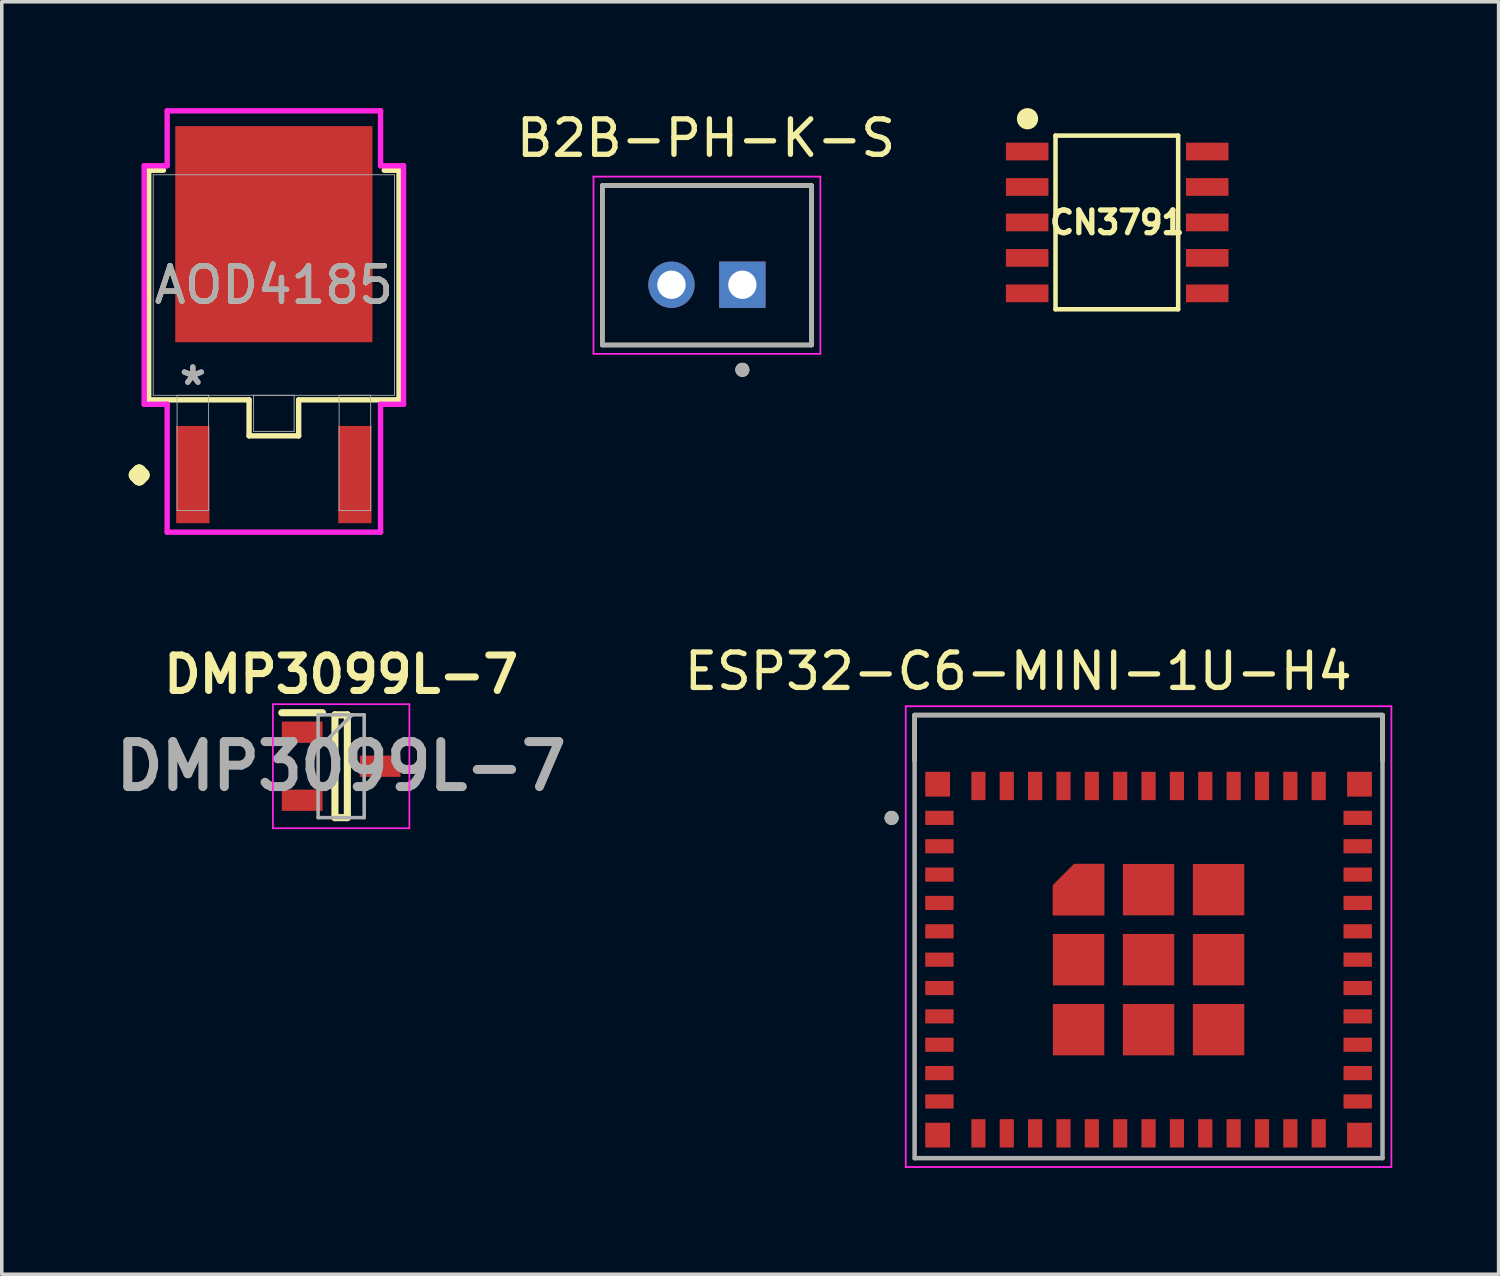
<source format=kicad_pcb>
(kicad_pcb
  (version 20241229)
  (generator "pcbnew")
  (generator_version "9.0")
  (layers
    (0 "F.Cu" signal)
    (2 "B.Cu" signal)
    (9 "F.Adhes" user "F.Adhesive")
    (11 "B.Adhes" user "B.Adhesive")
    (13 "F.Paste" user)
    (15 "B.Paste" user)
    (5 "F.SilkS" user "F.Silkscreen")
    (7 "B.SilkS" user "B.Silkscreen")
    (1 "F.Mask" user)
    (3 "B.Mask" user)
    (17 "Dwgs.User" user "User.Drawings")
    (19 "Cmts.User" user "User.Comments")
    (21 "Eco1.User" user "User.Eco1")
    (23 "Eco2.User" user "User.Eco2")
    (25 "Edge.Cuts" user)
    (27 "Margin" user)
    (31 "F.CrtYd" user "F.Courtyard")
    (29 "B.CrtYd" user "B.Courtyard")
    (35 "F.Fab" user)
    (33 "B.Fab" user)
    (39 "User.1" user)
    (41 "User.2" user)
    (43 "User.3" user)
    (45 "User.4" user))
  (footprint "AOD4185"
    (layer "F.Cu")
    (at 4.676 4.991)
    (property "Reference" "AOD4185" (at 0 0 0) (unlocked yes) (layer "F.SilkS") (effects (font (size 1 1) (thickness 0.15))))
    (attr smd)
    (fp_line (start -3.531 -3.239) (end -3.531 3.239) (stroke (width 0.152) (type solid)) (layer "F.SilkS"))
    (fp_line (start -3.531 3.239) (end -0.699 3.239) (stroke (width 0.152) (type solid)) (layer "F.SilkS"))
    (fp_line (start -3.114 -3.239) (end -3.531 -3.239) (stroke (width 0.152) (type solid)) (layer "F.SilkS"))
    (fp_line (start -0.699 3.239) (end -0.699 4.255) (stroke (width 0.152) (type solid)) (layer "F.SilkS"))
    (fp_line (start -0.699 4.255) (end 0.699 4.255) (stroke (width 0.152) (type solid)) (layer "F.SilkS"))
    (fp_line (start 0.699 3.239) (end 3.531 3.239) (stroke (width 0.152) (type solid)) (layer "F.SilkS"))
    (fp_line (start 0.699 4.255) (end 0.699 3.239) (stroke (width 0.152) (type solid)) (layer "F.SilkS"))
    (fp_line (start 3.531 -3.239) (end 3.114 -3.239) (stroke (width 0.152) (type solid)) (layer "F.SilkS"))
    (fp_line (start 3.531 3.239) (end 3.531 -3.239) (stroke (width 0.152) (type solid)) (layer "F.SilkS"))
    (fp_line (start -3.658 -3.365) (end -3.01 -3.365) (stroke (width 0.152) (type solid)) (layer "F.CrtYd"))
    (fp_line (start -3.658 3.365) (end -3.658 -3.365) (stroke (width 0.152) (type solid)) (layer "F.CrtYd"))
    (fp_line (start -3.01 -4.915) (end 3.01 -4.915) (stroke (width 0.152) (type solid)) (layer "F.CrtYd"))
    (fp_line (start -3.01 -3.365) (end -3.01 -4.915) (stroke (width 0.152) (type solid)) (layer "F.CrtYd"))
    (fp_line (start -3.01 3.365) (end -3.658 3.365) (stroke (width 0.152) (type solid)) (layer "F.CrtYd"))
    (fp_line (start -3.01 6.972) (end -3.01 3.365) (stroke (width 0.152) (type solid)) (layer "F.CrtYd"))
    (fp_line (start 3.01 -4.915) (end 3.01 -3.365) (stroke (width 0.152) (type solid)) (layer "F.CrtYd"))
    (fp_line (start 3.01 -3.365) (end 3.658 -3.365) (stroke (width 0.152) (type solid)) (layer "F.CrtYd"))
    (fp_line (start 3.01 3.365) (end 3.01 6.972) (stroke (width 0.152) (type solid)) (layer "F.CrtYd"))
    (fp_line (start 3.01 6.972) (end -3.01 6.972) (stroke (width 0.152) (type solid)) (layer "F.CrtYd"))
    (fp_line (start 3.658 -3.365) (end 3.658 3.365) (stroke (width 0.152) (type solid)) (layer "F.CrtYd"))
    (fp_line (start 3.658 3.365) (end 3.01 3.365) (stroke (width 0.152) (type solid)) (layer "F.CrtYd"))
    (fp_line (start -3.404 -3.111) (end -3.404 3.111) (stroke (width 0.025) (type solid)) (layer "F.Fab"))
    (fp_line (start -3.404 3.111) (end 3.404 3.111) (stroke (width 0.025) (type solid)) (layer "F.Fab"))
    (fp_line (start -2.731 3.111) (end -2.731 6.363) (stroke (width 0.025) (type solid)) (layer "F.Fab"))
    (fp_line (start -2.731 6.363) (end -1.841 6.363) (stroke (width 0.025) (type solid)) (layer "F.Fab"))
    (fp_line (start -1.841 3.111) (end -2.731 3.111) (stroke (width 0.025) (type solid)) (layer "F.Fab"))
    (fp_line (start -1.841 6.363) (end -1.841 3.111) (stroke (width 0.025) (type solid)) (layer "F.Fab"))
    (fp_line (start -0.572 3.111) (end -0.572 4.128) (stroke (width 0.025) (type solid)) (layer "F.Fab"))
    (fp_line (start -0.572 4.128) (end 0.572 4.128) (stroke (width 0.025) (type solid)) (layer "F.Fab"))
    (fp_line (start 0.572 3.111) (end -0.572 3.111) (stroke (width 0.025) (type solid)) (layer "F.Fab"))
    (fp_line (start 0.572 4.128) (end 0.572 3.111) (stroke (width 0.025) (type solid)) (layer "F.Fab"))
    (fp_line (start 1.841 3.111) (end 1.841 6.363) (stroke (width 0.025) (type solid)) (layer "F.Fab"))
    (fp_line (start 1.841 6.363) (end 2.731 6.363) (stroke (width 0.025) (type solid)) (layer "F.Fab"))
    (fp_line (start 2.731 3.111) (end 1.841 3.111) (stroke (width 0.025) (type solid)) (layer "F.Fab"))
    (fp_line (start 2.731 6.363) (end 2.731 3.111) (stroke (width 0.025) (type solid)) (layer "F.Fab"))
    (fp_line (start 3.404 -3.111) (end -3.404 -3.111) (stroke (width 0.025) (type solid)) (layer "F.Fab"))
    (fp_line (start 3.404 3.111) (end 3.404 -3.111) (stroke (width 0.025) (type solid)) (layer "F.Fab"))
    (fp_text user "." (at -3.8 4.55 0) (layer "F.SilkS") (effects (font (size 2 2) (thickness 0.4) (bold yes))))
    (fp_text user "*" (at -2.286 2.857 0) (layer "F.Fab") (effects (font (size 1 1) (thickness 0.15))))
    (fp_text user "*" (at -2.286 2.857 0) (unlocked yes) (layer "F.Fab") (effects (font (size 1 1) (thickness 0.15))))
    (fp_text user "${REFERENCE}" (at 0 0 0) (unlocked yes) (layer "F.Fab") (effects (font (size 1 1) (thickness 0.15))))
    (pad "1" smd rect (at -2.286 5.347) (size 0.94 2.743) (layers "F.Cu" "F.Mask" "F.Paste"))
    (pad "2" smd rect (at 0 -1.435) (size 5.563 6.096) (layers "F.Cu" "F.Mask" "F.Paste"))
    (pad "3" smd rect (at 2.286 5.347) (size 0.94 2.743) (layers "F.Cu" "F.Mask" "F.Paste")))
  (footprint "CN3791"
    (layer "F.Cu")
    (at 28.467 3.225)
    (property "Reference" "CN3791" (at 0 0 0) (layer "F.SilkS") (effects (font (size 0.64 0.64) (thickness 0.15))))
    (attr smd)
    (fp_line (start -1.74 -2.45) (end 1.72 -2.45) (stroke (width 0.127) (type solid)) (layer "F.SilkS"))
    (fp_line (start -1.74 2.45) (end -1.74 -2.45) (stroke (width 0.127) (type solid)) (layer "F.SilkS"))
    (fp_line (start 1.72 -2.45) (end 1.72 2.45) (stroke (width 0.127) (type solid)) (layer "F.SilkS"))
    (fp_line (start 1.72 2.45) (end -1.74 2.45) (stroke (width 0.127) (type solid)) (layer "F.SilkS"))
    (fp_circle (center -2.53 -2.925) (end -2.23 -2.925) (stroke (width 0) (type solid)) (fill yes) (layer "F.SilkS"))
    (pad "1" smd rect (at -2.54 -2) (size 1.2 0.5) (layers "F.Cu" "F.Mask" "F.Paste"))
    (pad "2" smd rect (at -2.54 -1) (size 1.2 0.5) (layers "F.Cu" "F.Mask" "F.Paste"))
    (pad "3" smd rect (at -2.54 0) (size 1.2 0.5) (layers "F.Cu" "F.Mask" "F.Paste"))
    (pad "4" smd rect (at -2.54 1) (size 1.2 0.5) (layers "F.Cu" "F.Mask" "F.Paste"))
    (pad "5" smd rect (at -2.54 2) (size 1.2 0.5) (layers "F.Cu" "F.Mask" "F.Paste"))
    (pad "6" smd rect (at 2.54 2) (size 1.2 0.5) (layers "F.Cu" "F.Mask" "F.Paste"))
    (pad "7" smd rect (at 2.54 1) (size 1.2 0.5) (layers "F.Cu" "F.Mask" "F.Paste"))
    (pad "8" smd rect (at 2.54 0) (size 1.2 0.5) (layers "F.Cu" "F.Mask" "F.Paste"))
    (pad "9" smd rect (at 2.54 -1) (size 1.2 0.5) (layers "F.Cu" "F.Mask" "F.Paste"))
    (pad "10" smd rect (at 2.54 -2) (size 1.2 0.5) (layers "F.Cu" "F.Mask" "F.Paste")))
  (footprint "DMP3099L-7"
    (layer "F.Cu")
    (at 6.574 18.566)
    (property "Reference" "DMP3099L-7" (at 0 -2.59 0) (layer "F.SilkS") (effects (font (size 1 1) (thickness 0.2) (bold yes))))
    (attr smd)
    (fp_line (start -1.675 -1.51) (end -0.525 -1.51) (stroke (width 0.2) (type solid)) (layer "F.SilkS"))
    (fp_line (start -0.175 -1.45) (end 0.175 -1.45) (stroke (width 0.2) (type solid)) (layer "F.SilkS"))
    (fp_line (start -0.175 1.45) (end -0.175 -1.45) (stroke (width 0.2) (type solid)) (layer "F.SilkS"))
    (fp_line (start 0.175 -1.45) (end 0.175 1.45) (stroke (width 0.2) (type solid)) (layer "F.SilkS"))
    (fp_line (start 0.175 1.45) (end -0.175 1.45) (stroke (width 0.2) (type solid)) (layer "F.SilkS"))
    (fp_line (start -1.925 -1.75) (end 1.925 -1.75) (stroke (width 0.05) (type solid)) (layer "F.CrtYd"))
    (fp_line (start -1.925 1.75) (end -1.925 -1.75) (stroke (width 0.05) (type solid)) (layer "F.CrtYd"))
    (fp_line (start 1.925 -1.75) (end 1.925 1.75) (stroke (width 0.05) (type solid)) (layer "F.CrtYd"))
    (fp_line (start 1.925 1.75) (end -1.925 1.75) (stroke (width 0.05) (type solid)) (layer "F.CrtYd"))
    (fp_line (start -0.65 -1.45) (end 0.65 -1.45) (stroke (width 0.1) (type solid)) (layer "F.Fab"))
    (fp_line (start -0.65 -0.49) (end 0.31 -1.45) (stroke (width 0.1) (type solid)) (layer "F.Fab"))
    (fp_line (start -0.65 1.45) (end -0.65 -1.45) (stroke (width 0.1) (type solid)) (layer "F.Fab"))
    (fp_line (start 0.65 -1.45) (end 0.65 1.45) (stroke (width 0.1) (type solid)) (layer "F.Fab"))
    (fp_line (start 0.65 1.45) (end -0.65 1.45) (stroke (width 0.1) (type solid)) (layer "F.Fab"))
    (fp_text user "${REFERENCE}" (at 0 0 0) (layer "F.Fab") (effects (font (size 1.27 1.27) (thickness 0.254))))
    (pad "1" smd rect (at -1.1 -0.96 90) (size 0.6 1.15) (layers "F.Cu" "F.Mask" "F.Paste"))
    (pad "2" smd rect (at -1.1 0.96 90) (size 0.6 1.15) (layers "F.Cu" "F.Mask" "F.Paste"))
    (pad "3" smd rect (at 1.1 0 90) (size 0.6 1.15) (layers "F.Cu" "F.Mask" "F.Paste")))
  (footprint "ESP32-C6-MINI-1U-H4"
    (layer "F.Cu")
    (at 29.352 24.023)
    (property "Reference" "ESP32-C6-MINI-1U-H4" (at -3.675 -8.135 0) (layer "F.SilkS") (effects (font (size 1 1) (thickness 0.15))))
    (attr smd)
    (fp_poly (pts (xy -2.8 -1.15) (xy -1.15 -1.15) (xy -1.15 -2.8) (xy -2.15 -2.8) (xy -2.8 -2.15)) (stroke (width 0.01) (type solid)) (fill yes) (layer "F.Mask"))
    (fp_line (start -6.6 -6.9) (end 6.6 -6.9) (stroke (width 0.127) (type solid)) (layer "F.SilkS"))
    (fp_line (start -6.6 -5.62) (end -6.6 -6.9) (stroke (width 0.127) (type solid)) (layer "F.SilkS"))
    (fp_line (start 6.6 -6.9) (end 6.6 -5.62) (stroke (width 0.127) (type solid)) (layer "F.SilkS"))
    (fp_circle (center -7.25 -4) (end -7.15 -4) (stroke (width 0.2) (type solid)) (fill no) (layer "F.SilkS"))
    (fp_poly (pts (xy -2.7 -1.25) (xy -1.25 -1.25) (xy -1.25 -2.7) (xy -2.1 -2.7) (xy -2.7 -2.1)) (stroke (width 0.01) (type solid)) (fill yes) (layer "F.Paste"))
    (fp_line (start -6.85 -7.15) (end -6.85 5.85) (stroke (width 0.05) (type solid)) (layer "F.CrtYd"))
    (fp_line (start -6.85 5.85) (end 6.85 5.85) (stroke (width 0.05) (type solid)) (layer "F.CrtYd"))
    (fp_line (start 6.85 -7.15) (end -6.85 -7.15) (stroke (width 0.05) (type solid)) (layer "F.CrtYd"))
    (fp_line (start 6.85 5.85) (end 6.85 -7.15) (stroke (width 0.05) (type solid)) (layer "F.CrtYd"))
    (fp_line (start -6.6 -6.9) (end 6.6 -6.9) (stroke (width 0.127) (type solid)) (layer "F.Fab"))
    (fp_line (start -6.6 5.6) (end -6.6 -6.9) (stroke (width 0.127) (type solid)) (layer "F.Fab"))
    (fp_line (start 6.6 -6.9) (end 6.6 5.6) (stroke (width 0.127) (type solid)) (layer "F.Fab"))
    (fp_line (start 6.6 5.6) (end -6.6 5.6) (stroke (width 0.127) (type solid)) (layer "F.Fab"))
    (fp_circle (center -7.25 -4) (end -7.15 -4) (stroke (width 0.2) (type solid)) (fill no) (layer "F.Fab"))
    (pad "1" smd rect (at -5.9 -4) (size 0.8 0.4) (layers "F.Cu" "F.Mask" "F.Paste"))
    (pad "2" smd rect (at -5.9 -3.2) (size 0.8 0.4) (layers "F.Cu" "F.Mask" "F.Paste"))
    (pad "3" smd rect (at -5.9 -2.4) (size 0.8 0.4) (layers "F.Cu" "F.Mask" "F.Paste"))
    (pad "4" smd rect (at -5.9 -1.6) (size 0.8 0.4) (layers "F.Cu" "F.Mask" "F.Paste"))
    (pad "5" smd rect (at -5.9 -0.8) (size 0.8 0.4) (layers "F.Cu" "F.Mask" "F.Paste"))
    (pad "6" smd rect (at -5.9 0) (size 0.8 0.4) (layers "F.Cu" "F.Mask" "F.Paste"))
    (pad "7" smd rect (at -5.9 0.8) (size 0.8 0.4) (layers "F.Cu" "F.Mask" "F.Paste"))
    (pad "8" smd rect (at -5.9 1.6) (size 0.8 0.4) (layers "F.Cu" "F.Mask" "F.Paste"))
    (pad "9" smd rect (at -5.9 2.4) (size 0.8 0.4) (layers "F.Cu" "F.Mask" "F.Paste"))
    (pad "10" smd rect (at -5.9 3.2) (size 0.8 0.4) (layers "F.Cu" "F.Mask" "F.Paste"))
    (pad "11" smd rect (at -5.9 4) (size 0.8 0.4) (layers "F.Cu" "F.Mask" "F.Paste"))
    (pad "12" smd rect (at -4.8 4.9) (size 0.4 0.8) (layers "F.Cu" "F.Mask" "F.Paste"))
    (pad "13" smd rect (at -4 4.9) (size 0.4 0.8) (layers "F.Cu" "F.Mask" "F.Paste"))
    (pad "14" smd rect (at -3.2 4.9) (size 0.4 0.8) (layers "F.Cu" "F.Mask" "F.Paste"))
    (pad "15" smd rect (at -2.4 4.9) (size 0.4 0.8) (layers "F.Cu" "F.Mask" "F.Paste"))
    (pad "16" smd rect (at -1.6 4.9) (size 0.4 0.8) (layers "F.Cu" "F.Mask" "F.Paste"))
    (pad "17" smd rect (at -0.8 4.9) (size 0.4 0.8) (layers "F.Cu" "F.Mask" "F.Paste"))
    (pad "18" smd rect (at 0 4.9) (size 0.4 0.8) (layers "F.Cu" "F.Mask" "F.Paste"))
    (pad "19" smd rect (at 0.8 4.9) (size 0.4 0.8) (layers "F.Cu" "F.Mask" "F.Paste"))
    (pad "20" smd rect (at 1.6 4.9) (size 0.4 0.8) (layers "F.Cu" "F.Mask" "F.Paste"))
    (pad "21" smd rect (at 2.4 4.9) (size 0.4 0.8) (layers "F.Cu" "F.Mask" "F.Paste"))
    (pad "22" smd rect (at 3.2 4.9) (size 0.4 0.8) (layers "F.Cu" "F.Mask" "F.Paste"))
    (pad "23" smd rect (at 4 4.9) (size 0.4 0.8) (layers "F.Cu" "F.Mask" "F.Paste"))
    (pad "24" smd rect (at 4.8 4.9) (size 0.4 0.8) (layers "F.Cu" "F.Mask" "F.Paste"))
    (pad "25" smd rect (at 5.9 4) (size 0.8 0.4) (layers "F.Cu" "F.Mask" "F.Paste"))
    (pad "26" smd rect (at 5.9 3.2) (size 0.8 0.4) (layers "F.Cu" "F.Mask" "F.Paste"))
    (pad "27" smd rect (at 5.9 2.4) (size 0.8 0.4) (layers "F.Cu" "F.Mask" "F.Paste"))
    (pad "28" smd rect (at 5.9 1.6) (size 0.8 0.4) (layers "F.Cu" "F.Mask" "F.Paste"))
    (pad "29" smd rect (at 5.9 0.8) (size 0.8 0.4) (layers "F.Cu" "F.Mask" "F.Paste"))
    (pad "30" smd rect (at 5.9 0) (size 0.8 0.4) (layers "F.Cu" "F.Mask" "F.Paste"))
    (pad "31" smd rect (at 5.9 -0.8) (size 0.8 0.4) (layers "F.Cu" "F.Mask" "F.Paste"))
    (pad "32" smd rect (at 5.9 -1.6) (size 0.8 0.4) (layers "F.Cu" "F.Mask" "F.Paste"))
    (pad "33" smd rect (at 5.9 -2.4) (size 0.8 0.4) (layers "F.Cu" "F.Mask" "F.Paste"))
    (pad "34" smd rect (at 5.9 -3.2) (size 0.8 0.4) (layers "F.Cu" "F.Mask" "F.Paste"))
    (pad "35" smd rect (at 5.9 -4) (size 0.8 0.4) (layers "F.Cu" "F.Mask" "F.Paste"))
    (pad "36" smd rect (at 4.8 -4.9) (size 0.4 0.8) (layers "F.Cu" "F.Mask" "F.Paste"))
    (pad "37" smd rect (at 4 -4.9) (size 0.4 0.8) (layers "F.Cu" "F.Mask" "F.Paste"))
    (pad "38" smd rect (at 3.2 -4.9) (size 0.4 0.8) (layers "F.Cu" "F.Mask" "F.Paste"))
    (pad "39" smd rect (at 2.4 -4.9) (size 0.4 0.8) (layers "F.Cu" "F.Mask" "F.Paste"))
    (pad "40" smd rect (at 1.6 -4.9) (size 0.4 0.8) (layers "F.Cu" "F.Mask" "F.Paste"))
    (pad "41" smd rect (at 0.8 -4.9) (size 0.4 0.8) (layers "F.Cu" "F.Mask" "F.Paste"))
    (pad "42" smd rect (at 0 -4.9) (size 0.4 0.8) (layers "F.Cu" "F.Mask" "F.Paste"))
    (pad "43" smd rect (at -0.8 -4.9) (size 0.4 0.8) (layers "F.Cu" "F.Mask" "F.Paste"))
    (pad "44" smd rect (at -1.6 -4.9) (size 0.4 0.8) (layers "F.Cu" "F.Mask" "F.Paste"))
    (pad "45" smd rect (at -2.4 -4.9) (size 0.4 0.8) (layers "F.Cu" "F.Mask" "F.Paste"))
    (pad "46" smd rect (at -3.2 -4.9) (size 0.4 0.8) (layers "F.Cu" "F.Mask" "F.Paste"))
    (pad "47" smd rect (at -4 -4.9) (size 0.4 0.8) (layers "F.Cu" "F.Mask" "F.Paste"))
    (pad "48" smd rect (at -4.8 -4.9) (size 0.4 0.8) (layers "F.Cu" "F.Mask" "F.Paste"))
    (pad "49_1" smd custom (at -1.975 -1.975) (size 0.4 0.4) (layers "F.Cu") (options (anchor rect)) (primitives (gr_poly (pts (xy -0.725 0.725) (xy 0.725 0.725) (xy 0.725 -0.725) (xy -0.125 -0.725) (xy -0.725 -0.125)) (width 0.01) (fill yes))))
    (pad "49_2" smd rect (at 0 -1.975) (size 1.45 1.45) (layers "F.Cu" "F.Mask" "F.Paste"))
    (pad "49_3" smd rect (at 1.975 -1.975) (size 1.45 1.45) (layers "F.Cu" "F.Mask" "F.Paste"))
    (pad "49_4" smd rect (at -1.975 0) (size 1.45 1.45) (layers "F.Cu" "F.Mask" "F.Paste"))
    (pad "49_5" smd rect (at 0 0) (size 1.45 1.45) (layers "F.Cu" "F.Mask" "F.Paste"))
    (pad "49_6" smd rect (at 1.975 0) (size 1.45 1.45) (layers "F.Cu" "F.Mask" "F.Paste"))
    (pad "49_7" smd rect (at -1.975 1.975) (size 1.45 1.45) (layers "F.Cu" "F.Mask" "F.Paste"))
    (pad "49_8" smd rect (at 0 1.975) (size 1.45 1.45) (layers "F.Cu" "F.Mask" "F.Paste"))
    (pad "49_9" smd rect (at 1.975 1.975) (size 1.45 1.45) (layers "F.Cu" "F.Mask" "F.Paste"))
    (pad "50" smd rect (at 5.95 -4.95) (size 0.7 0.7) (layers "F.Cu" "F.Mask" "F.Paste"))
    (pad "51" smd rect (at 5.95 4.95) (size 0.7 0.7) (layers "F.Cu" "F.Mask" "F.Paste"))
    (pad "52" smd rect (at -5.95 4.95) (size 0.7 0.7) (layers "F.Cu" "F.Mask" "F.Paste"))
    (pad "53" smd rect (at -5.95 -4.95) (size 0.7 0.7) (layers "F.Cu" "F.Mask" "F.Paste")))
  (footprint "B2B-PH-K-S"
    (layer "F.Cu")
    (at 16.893 4.433)
    (property "Reference" "B2B-PH-K-S" (at -0.025 -3.585 0) (layer "F.SilkS") (effects (font (size 1 1) (thickness 0.15))))
    (attr through_hole)
    (fp_line (start -2.95 -2.25) (end 2.95 -2.25) (stroke (width 0.127) (type solid)) (layer "F.SilkS"))
    (fp_line (start -2.95 2.25) (end -2.95 -2.25) (stroke (width 0.127) (type solid)) (layer "F.SilkS"))
    (fp_line (start 2.95 -2.25) (end 2.95 2.25) (stroke (width 0.127) (type solid)) (layer "F.SilkS"))
    (fp_line (start 2.95 2.25) (end -2.95 2.25) (stroke (width 0.127) (type solid)) (layer "F.SilkS"))
    (fp_circle (center 1 2.95) (end 1.1 2.95) (stroke (width 0.2) (type solid)) (fill no) (layer "F.SilkS"))
    (fp_line (start -3.2 -2.5) (end 3.2 -2.5) (stroke (width 0.05) (type solid)) (layer "F.CrtYd"))
    (fp_line (start -3.2 2.5) (end -3.2 -2.5) (stroke (width 0.05) (type solid)) (layer "F.CrtYd"))
    (fp_line (start 3.2 -2.5) (end 3.2 2.5) (stroke (width 0.05) (type solid)) (layer "F.CrtYd"))
    (fp_line (start 3.2 2.5) (end -3.2 2.5) (stroke (width 0.05) (type solid)) (layer "F.CrtYd"))
    (fp_line (start -2.95 -2.25) (end 2.95 -2.25) (stroke (width 0.127) (type solid)) (layer "F.Fab"))
    (fp_line (start -2.95 2.25) (end -2.95 -2.25) (stroke (width 0.127) (type solid)) (layer "F.Fab"))
    (fp_line (start 2.95 -2.25) (end 2.95 2.25) (stroke (width 0.127) (type solid)) (layer "F.Fab"))
    (fp_line (start 2.95 2.25) (end -2.95 2.25) (stroke (width 0.127) (type solid)) (layer "F.Fab"))
    (fp_circle (center 1 2.95) (end 1.1 2.95) (stroke (width 0.2) (type solid)) (fill no) (layer "F.Fab"))
    (pad "1" thru_hole rect (at 1 0.55) (size 1.308 1.308) (drill 0.8) (layers "*.Cu" "*.Mask"))
    (pad "2" thru_hole circle (at -1 0.55) (size 1.308 1.308) (drill 0.8) (layers "*.Cu" "*.Mask")))
  (gr_rect
    (start -3 -3)
    (end 39.227 32.898)
    (stroke (width 0.1) (type default))
    (fill no)
    (layer "Edge.Cuts")))
</source>
